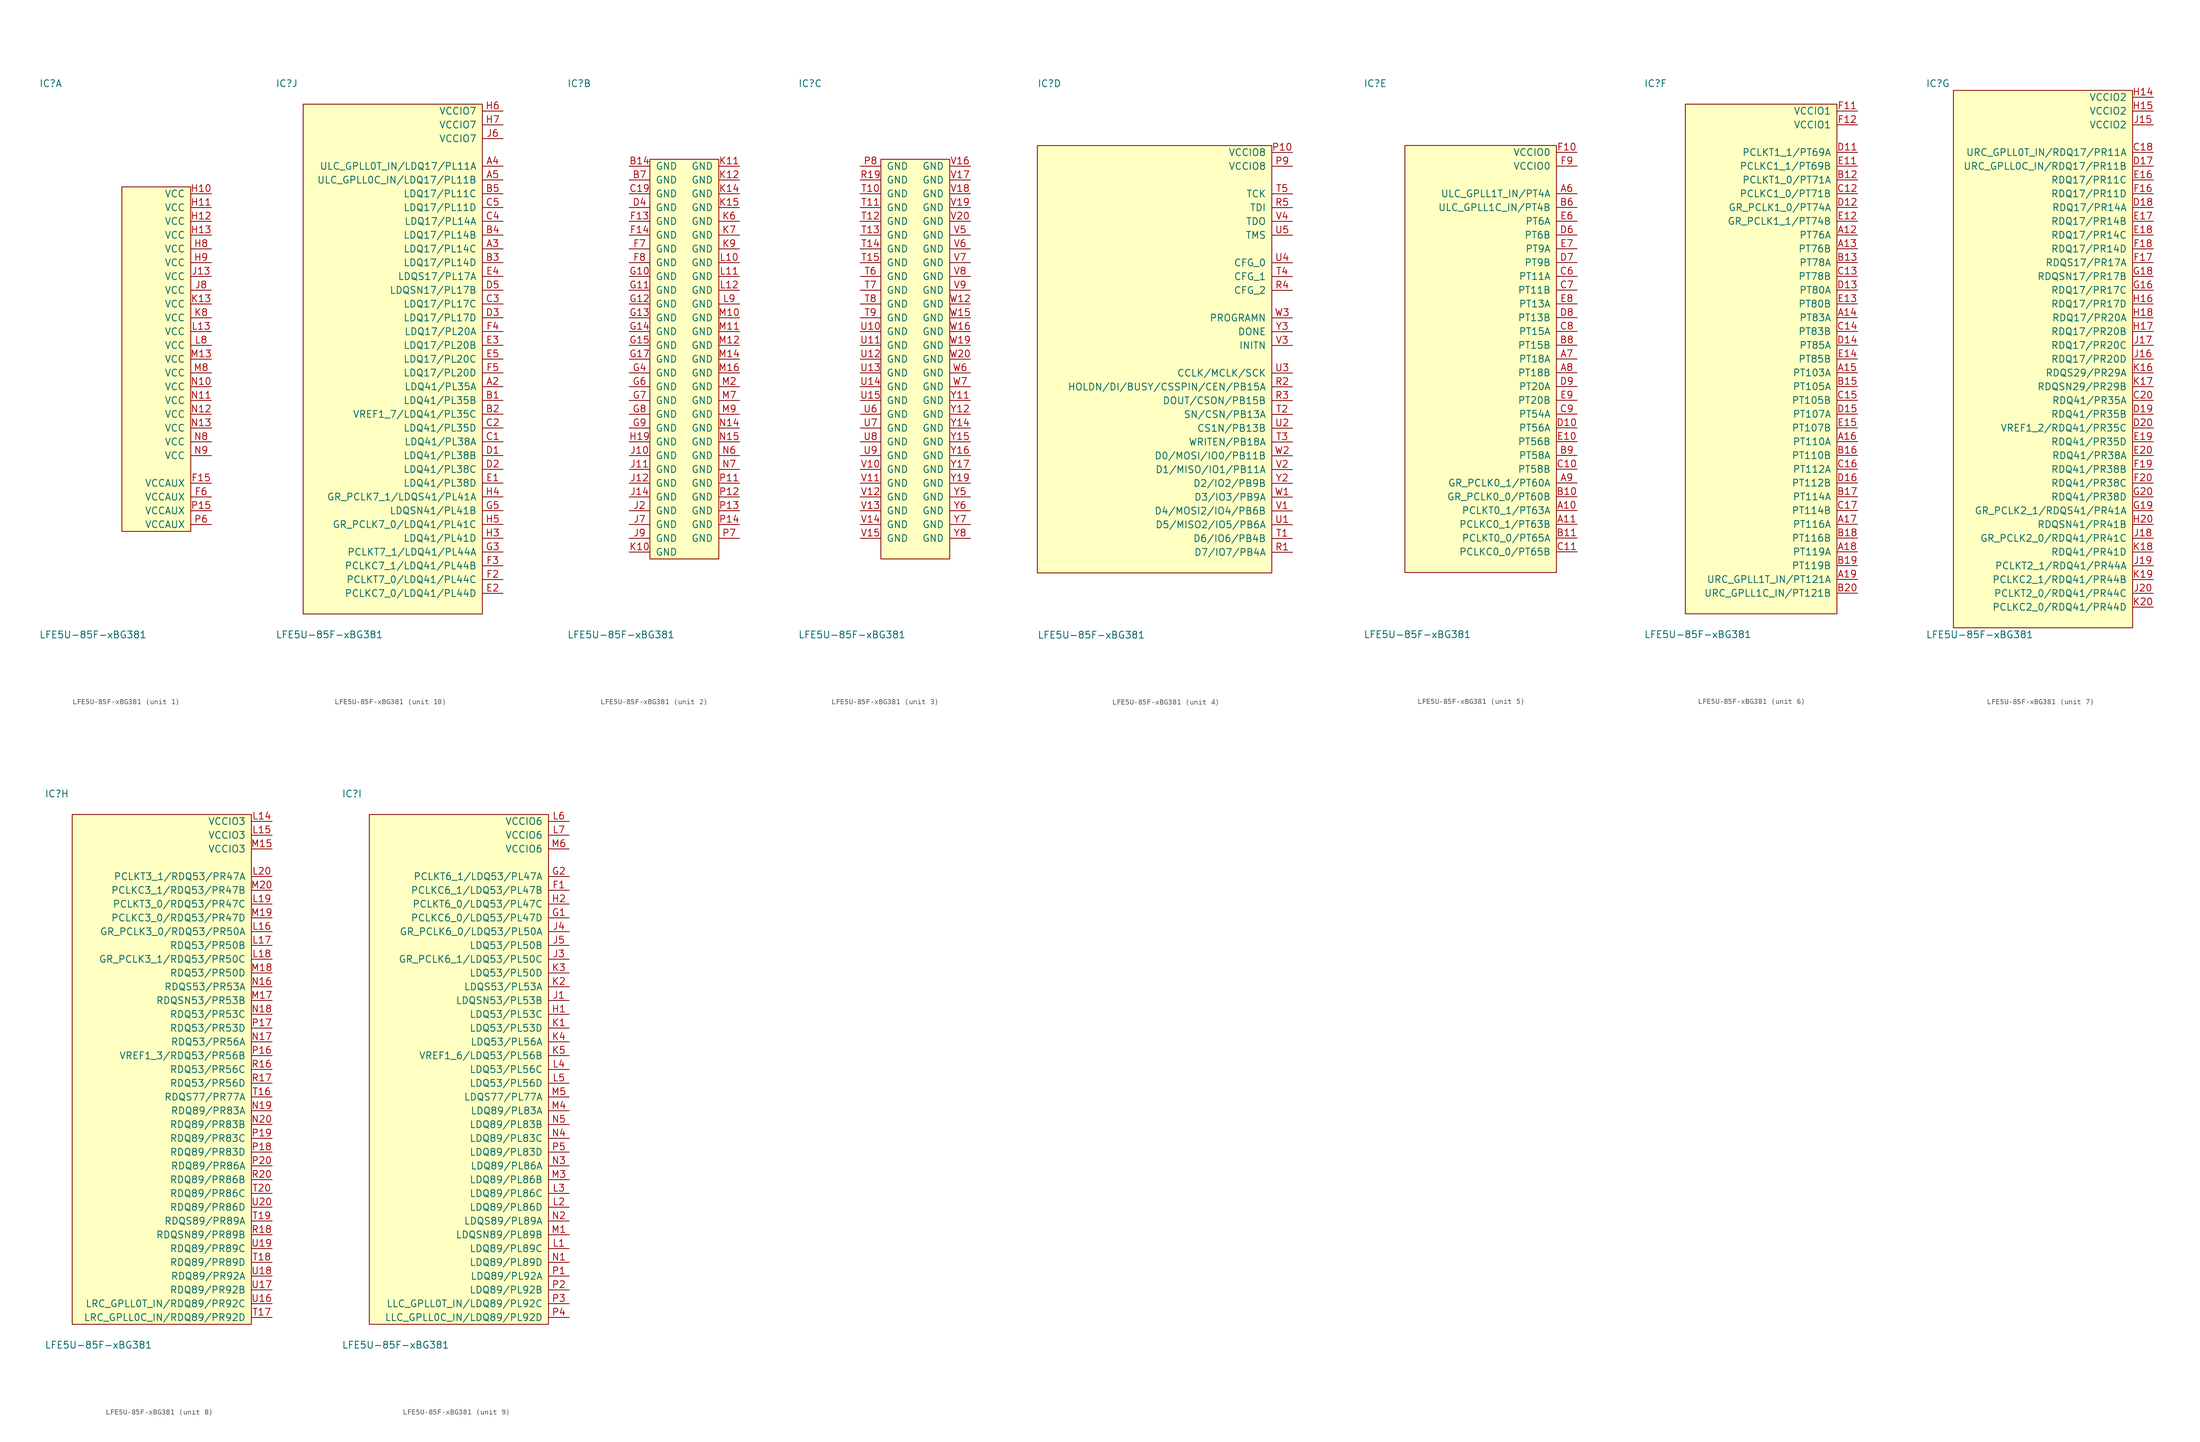
<source format=kicad_sym>
(kicad_symbol_lib
  (version 20211014)
  (generator agg_kicad.build_lib_ic)
  (symbol "LFE5U-85F-xBG381"
    (pin_names
      (offset 1.016))
    (property Reference IC
      (at -21.59 50.8 0)
      (effects (font (size 1.27 1.27)) (justify left)))
    (property Value "LFE5U-85F-xBG381"
      (at -21.59 -50.8 0)
      (effects (font (size 1.27 1.27)) (justify left)))
    (symbol "LFE5U-85F-xBG381_1_0"
      (rectangle (start -6.35 31.75) (end 6.35 -31.75) (stroke (width 0) (type default) (color 0 0 0 0)) (fill (type background)))
      (pin power_in line (at 10.16 30.48 180) (length 3.81) (name VCC (effects (font (size 1.27 1.27)))) (number "H10" (effects (font (size 1.27 1.27)))))
      (pin power_in line (at 10.16 27.94 180) (length 3.81) (name VCC (effects (font (size 1.27 1.27)))) (number "H11" (effects (font (size 1.27 1.27)))))
      (pin power_in line (at 10.16 25.4 180) (length 3.81) (name VCC (effects (font (size 1.27 1.27)))) (number "H12" (effects (font (size 1.27 1.27)))))
      (pin power_in line (at 10.16 22.86 180) (length 3.81) (name VCC (effects (font (size 1.27 1.27)))) (number "H13" (effects (font (size 1.27 1.27)))))
      (pin power_in line (at 10.16 20.32 180) (length 3.81) (name VCC (effects (font (size 1.27 1.27)))) (number "H8" (effects (font (size 1.27 1.27)))))
      (pin power_in line (at 10.16 17.78 180) (length 3.81) (name VCC (effects (font (size 1.27 1.27)))) (number "H9" (effects (font (size 1.27 1.27)))))
      (pin power_in line (at 10.16 15.24 180) (length 3.81) (name VCC (effects (font (size 1.27 1.27)))) (number "J13" (effects (font (size 1.27 1.27)))))
      (pin power_in line (at 10.16 12.7 180) (length 3.81) (name VCC (effects (font (size 1.27 1.27)))) (number "J8" (effects (font (size 1.27 1.27)))))
      (pin power_in line (at 10.16 10.16 180) (length 3.81) (name VCC (effects (font (size 1.27 1.27)))) (number "K13" (effects (font (size 1.27 1.27)))))
      (pin power_in line (at 10.16 7.62 180) (length 3.81) (name VCC (effects (font (size 1.27 1.27)))) (number "K8" (effects (font (size 1.27 1.27)))))
      (pin power_in line (at 10.16 5.08 180) (length 3.81) (name VCC (effects (font (size 1.27 1.27)))) (number "L13" (effects (font (size 1.27 1.27)))))
      (pin power_in line (at 10.16 2.54 180) (length 3.81) (name VCC (effects (font (size 1.27 1.27)))) (number "L8" (effects (font (size 1.27 1.27)))))
      (pin power_in line (at 10.16 0 180) (length 3.81) (name VCC (effects (font (size 1.27 1.27)))) (number "M13" (effects (font (size 1.27 1.27)))))
      (pin power_in line (at 10.16 -2.54 180) (length 3.81) (name VCC (effects (font (size 1.27 1.27)))) (number "M8" (effects (font (size 1.27 1.27)))))
      (pin power_in line (at 10.16 -5.08 180) (length 3.81) (name VCC (effects (font (size 1.27 1.27)))) (number "N10" (effects (font (size 1.27 1.27)))))
      (pin power_in line (at 10.16 -7.62 180) (length 3.81) (name VCC (effects (font (size 1.27 1.27)))) (number "N11" (effects (font (size 1.27 1.27)))))
      (pin power_in line (at 10.16 -10.16 180) (length 3.81) (name VCC (effects (font (size 1.27 1.27)))) (number "N12" (effects (font (size 1.27 1.27)))))
      (pin power_in line (at 10.16 -12.7 180) (length 3.81) (name VCC (effects (font (size 1.27 1.27)))) (number "N13" (effects (font (size 1.27 1.27)))))
      (pin power_in line (at 10.16 -15.24 180) (length 3.81) (name VCC (effects (font (size 1.27 1.27)))) (number "N8" (effects (font (size 1.27 1.27)))))
      (pin power_in line (at 10.16 -17.78 180) (length 3.81) (name VCC (effects (font (size 1.27 1.27)))) (number "N9" (effects (font (size 1.27 1.27)))))
      (pin power_in line (at 10.16 -22.86 180) (length 3.81) (name VCCAUX (effects (font (size 1.27 1.27)))) (number "F15" (effects (font (size 1.27 1.27)))))
      (pin power_in line (at 10.16 -25.4 180) (length 3.81) (name VCCAUX (effects (font (size 1.27 1.27)))) (number "F6" (effects (font (size 1.27 1.27)))))
      (pin power_in line (at 10.16 -27.94 180) (length 3.81) (name VCCAUX (effects (font (size 1.27 1.27)))) (number "P15" (effects (font (size 1.27 1.27)))))
      (pin power_in line (at 10.16 -30.48 180) (length 3.81) (name VCCAUX (effects (font (size 1.27 1.27)))) (number "P6" (effects (font (size 1.27 1.27))))))
    (symbol "LFE5U-85F-xBG381_2_0"
      (rectangle (start -6.35 36.83) (end 6.35 -36.83) (stroke (width 0) (type default) (color 0 0 0 0)) (fill (type background)))
      (pin power_in line (at -10.16 35.56 0) (length 3.81) (name GND (effects (font (size 1.27 1.27)))) (number "B14" (effects (font (size 1.27 1.27)))))
      (pin power_in line (at -10.16 33.02 0) (length 3.81) (name GND (effects (font (size 1.27 1.27)))) (number "B7" (effects (font (size 1.27 1.27)))))
      (pin power_in line (at -10.16 30.48 0) (length 3.81) (name GND (effects (font (size 1.27 1.27)))) (number "C19" (effects (font (size 1.27 1.27)))))
      (pin power_in line (at -10.16 27.94 0) (length 3.81) (name GND (effects (font (size 1.27 1.27)))) (number "D4" (effects (font (size 1.27 1.27)))))
      (pin power_in line (at -10.16 25.4 0) (length 3.81) (name GND (effects (font (size 1.27 1.27)))) (number "F13" (effects (font (size 1.27 1.27)))))
      (pin power_in line (at -10.16 22.86 0) (length 3.81) (name GND (effects (font (size 1.27 1.27)))) (number "F14" (effects (font (size 1.27 1.27)))))
      (pin power_in line (at -10.16 20.32 0) (length 3.81) (name GND (effects (font (size 1.27 1.27)))) (number "F7" (effects (font (size 1.27 1.27)))))
      (pin power_in line (at -10.16 17.78 0) (length 3.81) (name GND (effects (font (size 1.27 1.27)))) (number "F8" (effects (font (size 1.27 1.27)))))
      (pin power_in line (at -10.16 15.24 0) (length 3.81) (name GND (effects (font (size 1.27 1.27)))) (number "G10" (effects (font (size 1.27 1.27)))))
      (pin power_in line (at -10.16 12.7 0) (length 3.81) (name GND (effects (font (size 1.27 1.27)))) (number "G11" (effects (font (size 1.27 1.27)))))
      (pin power_in line (at -10.16 10.16 0) (length 3.81) (name GND (effects (font (size 1.27 1.27)))) (number "G12" (effects (font (size 1.27 1.27)))))
      (pin power_in line (at -10.16 7.62 0) (length 3.81) (name GND (effects (font (size 1.27 1.27)))) (number "G13" (effects (font (size 1.27 1.27)))))
      (pin power_in line (at -10.16 5.08 0) (length 3.81) (name GND (effects (font (size 1.27 1.27)))) (number "G14" (effects (font (size 1.27 1.27)))))
      (pin power_in line (at -10.16 2.54 0) (length 3.81) (name GND (effects (font (size 1.27 1.27)))) (number "G15" (effects (font (size 1.27 1.27)))))
      (pin power_in line (at -10.16 0 0) (length 3.81) (name GND (effects (font (size 1.27 1.27)))) (number "G17" (effects (font (size 1.27 1.27)))))
      (pin power_in line (at -10.16 -2.54 0) (length 3.81) (name GND (effects (font (size 1.27 1.27)))) (number "G4" (effects (font (size 1.27 1.27)))))
      (pin power_in line (at -10.16 -5.08 0) (length 3.81) (name GND (effects (font (size 1.27 1.27)))) (number "G6" (effects (font (size 1.27 1.27)))))
      (pin power_in line (at -10.16 -7.62 0) (length 3.81) (name GND (effects (font (size 1.27 1.27)))) (number "G7" (effects (font (size 1.27 1.27)))))
      (pin power_in line (at -10.16 -10.16 0) (length 3.81) (name GND (effects (font (size 1.27 1.27)))) (number "G8" (effects (font (size 1.27 1.27)))))
      (pin power_in line (at -10.16 -12.7 0) (length 3.81) (name GND (effects (font (size 1.27 1.27)))) (number "G9" (effects (font (size 1.27 1.27)))))
      (pin power_in line (at -10.16 -15.24 0) (length 3.81) (name GND (effects (font (size 1.27 1.27)))) (number "H19" (effects (font (size 1.27 1.27)))))
      (pin power_in line (at -10.16 -17.78 0) (length 3.81) (name GND (effects (font (size 1.27 1.27)))) (number "J10" (effects (font (size 1.27 1.27)))))
      (pin power_in line (at -10.16 -20.32 0) (length 3.81) (name GND (effects (font (size 1.27 1.27)))) (number "J11" (effects (font (size 1.27 1.27)))))
      (pin power_in line (at -10.16 -22.86 0) (length 3.81) (name GND (effects (font (size 1.27 1.27)))) (number "J12" (effects (font (size 1.27 1.27)))))
      (pin power_in line (at -10.16 -25.4 0) (length 3.81) (name GND (effects (font (size 1.27 1.27)))) (number "J14" (effects (font (size 1.27 1.27)))))
      (pin power_in line (at -10.16 -27.94 0) (length 3.81) (name GND (effects (font (size 1.27 1.27)))) (number "J2" (effects (font (size 1.27 1.27)))))
      (pin power_in line (at -10.16 -30.48 0) (length 3.81) (name GND (effects (font (size 1.27 1.27)))) (number "J7" (effects (font (size 1.27 1.27)))))
      (pin power_in line (at -10.16 -33.02 0) (length 3.81) (name GND (effects (font (size 1.27 1.27)))) (number "J9" (effects (font (size 1.27 1.27)))))
      (pin power_in line (at -10.16 -35.56 0) (length 3.81) (name GND (effects (font (size 1.27 1.27)))) (number "K10" (effects (font (size 1.27 1.27)))))
      (pin power_in line (at 10.16 35.56 180) (length 3.81) (name GND (effects (font (size 1.27 1.27)))) (number "K11" (effects (font (size 1.27 1.27)))))
      (pin power_in line (at 10.16 33.02 180) (length 3.81) (name GND (effects (font (size 1.27 1.27)))) (number "K12" (effects (font (size 1.27 1.27)))))
      (pin power_in line (at 10.16 30.48 180) (length 3.81) (name GND (effects (font (size 1.27 1.27)))) (number "K14" (effects (font (size 1.27 1.27)))))
      (pin power_in line (at 10.16 27.94 180) (length 3.81) (name GND (effects (font (size 1.27 1.27)))) (number "K15" (effects (font (size 1.27 1.27)))))
      (pin power_in line (at 10.16 25.4 180) (length 3.81) (name GND (effects (font (size 1.27 1.27)))) (number "K6" (effects (font (size 1.27 1.27)))))
      (pin power_in line (at 10.16 22.86 180) (length 3.81) (name GND (effects (font (size 1.27 1.27)))) (number "K7" (effects (font (size 1.27 1.27)))))
      (pin power_in line (at 10.16 20.32 180) (length 3.81) (name GND (effects (font (size 1.27 1.27)))) (number "K9" (effects (font (size 1.27 1.27)))))
      (pin power_in line (at 10.16 17.78 180) (length 3.81) (name GND (effects (font (size 1.27 1.27)))) (number "L10" (effects (font (size 1.27 1.27)))))
      (pin power_in line (at 10.16 15.24 180) (length 3.81) (name GND (effects (font (size 1.27 1.27)))) (number "L11" (effects (font (size 1.27 1.27)))))
      (pin power_in line (at 10.16 12.7 180) (length 3.81) (name GND (effects (font (size 1.27 1.27)))) (number "L12" (effects (font (size 1.27 1.27)))))
      (pin power_in line (at 10.16 10.16 180) (length 3.81) (name GND (effects (font (size 1.27 1.27)))) (number "L9" (effects (font (size 1.27 1.27)))))
      (pin power_in line (at 10.16 7.62 180) (length 3.81) (name GND (effects (font (size 1.27 1.27)))) (number "M10" (effects (font (size 1.27 1.27)))))
      (pin power_in line (at 10.16 5.08 180) (length 3.81) (name GND (effects (font (size 1.27 1.27)))) (number "M11" (effects (font (size 1.27 1.27)))))
      (pin power_in line (at 10.16 2.54 180) (length 3.81) (name GND (effects (font (size 1.27 1.27)))) (number "M12" (effects (font (size 1.27 1.27)))))
      (pin power_in line (at 10.16 0 180) (length 3.81) (name GND (effects (font (size 1.27 1.27)))) (number "M14" (effects (font (size 1.27 1.27)))))
      (pin power_in line (at 10.16 -2.54 180) (length 3.81) (name GND (effects (font (size 1.27 1.27)))) (number "M16" (effects (font (size 1.27 1.27)))))
      (pin power_in line (at 10.16 -5.08 180) (length 3.81) (name GND (effects (font (size 1.27 1.27)))) (number "M2" (effects (font (size 1.27 1.27)))))
      (pin power_in line (at 10.16 -7.62 180) (length 3.81) (name GND (effects (font (size 1.27 1.27)))) (number "M7" (effects (font (size 1.27 1.27)))))
      (pin power_in line (at 10.16 -10.16 180) (length 3.81) (name GND (effects (font (size 1.27 1.27)))) (number "M9" (effects (font (size 1.27 1.27)))))
      (pin power_in line (at 10.16 -12.7 180) (length 3.81) (name GND (effects (font (size 1.27 1.27)))) (number "N14" (effects (font (size 1.27 1.27)))))
      (pin power_in line (at 10.16 -15.24 180) (length 3.81) (name GND (effects (font (size 1.27 1.27)))) (number "N15" (effects (font (size 1.27 1.27)))))
      (pin power_in line (at 10.16 -17.78 180) (length 3.81) (name GND (effects (font (size 1.27 1.27)))) (number "N6" (effects (font (size 1.27 1.27)))))
      (pin power_in line (at 10.16 -20.32 180) (length 3.81) (name GND (effects (font (size 1.27 1.27)))) (number "N7" (effects (font (size 1.27 1.27)))))
      (pin power_in line (at 10.16 -22.86 180) (length 3.81) (name GND (effects (font (size 1.27 1.27)))) (number "P11" (effects (font (size 1.27 1.27)))))
      (pin power_in line (at 10.16 -25.4 180) (length 3.81) (name GND (effects (font (size 1.27 1.27)))) (number "P12" (effects (font (size 1.27 1.27)))))
      (pin power_in line (at 10.16 -27.94 180) (length 3.81) (name GND (effects (font (size 1.27 1.27)))) (number "P13" (effects (font (size 1.27 1.27)))))
      (pin power_in line (at 10.16 -30.48 180) (length 3.81) (name GND (effects (font (size 1.27 1.27)))) (number "P14" (effects (font (size 1.27 1.27)))))
      (pin power_in line (at 10.16 -33.02 180) (length 3.81) (name GND (effects (font (size 1.27 1.27)))) (number "P7" (effects (font (size 1.27 1.27))))))
    (symbol "LFE5U-85F-xBG381_3_0"
      (rectangle (start -6.35 36.83) (end 6.35 -36.83) (stroke (width 0) (type default) (color 0 0 0 0)) (fill (type background)))
      (pin power_in line (at -10.16 35.56 0) (length 3.81) (name GND (effects (font (size 1.27 1.27)))) (number "P8" (effects (font (size 1.27 1.27)))))
      (pin power_in line (at -10.16 33.02 0) (length 3.81) (name GND (effects (font (size 1.27 1.27)))) (number "R19" (effects (font (size 1.27 1.27)))))
      (pin power_in line (at -10.16 30.48 0) (length 3.81) (name GND (effects (font (size 1.27 1.27)))) (number "T10" (effects (font (size 1.27 1.27)))))
      (pin power_in line (at -10.16 27.94 0) (length 3.81) (name GND (effects (font (size 1.27 1.27)))) (number "T11" (effects (font (size 1.27 1.27)))))
      (pin power_in line (at -10.16 25.4 0) (length 3.81) (name GND (effects (font (size 1.27 1.27)))) (number "T12" (effects (font (size 1.27 1.27)))))
      (pin power_in line (at -10.16 22.86 0) (length 3.81) (name GND (effects (font (size 1.27 1.27)))) (number "T13" (effects (font (size 1.27 1.27)))))
      (pin power_in line (at -10.16 20.32 0) (length 3.81) (name GND (effects (font (size 1.27 1.27)))) (number "T14" (effects (font (size 1.27 1.27)))))
      (pin power_in line (at -10.16 17.78 0) (length 3.81) (name GND (effects (font (size 1.27 1.27)))) (number "T15" (effects (font (size 1.27 1.27)))))
      (pin power_in line (at -10.16 15.24 0) (length 3.81) (name GND (effects (font (size 1.27 1.27)))) (number "T6" (effects (font (size 1.27 1.27)))))
      (pin power_in line (at -10.16 12.7 0) (length 3.81) (name GND (effects (font (size 1.27 1.27)))) (number "T7" (effects (font (size 1.27 1.27)))))
      (pin power_in line (at -10.16 10.16 0) (length 3.81) (name GND (effects (font (size 1.27 1.27)))) (number "T8" (effects (font (size 1.27 1.27)))))
      (pin power_in line (at -10.16 7.62 0) (length 3.81) (name GND (effects (font (size 1.27 1.27)))) (number "T9" (effects (font (size 1.27 1.27)))))
      (pin power_in line (at -10.16 5.08 0) (length 3.81) (name GND (effects (font (size 1.27 1.27)))) (number "U10" (effects (font (size 1.27 1.27)))))
      (pin power_in line (at -10.16 2.54 0) (length 3.81) (name GND (effects (font (size 1.27 1.27)))) (number "U11" (effects (font (size 1.27 1.27)))))
      (pin power_in line (at -10.16 0 0) (length 3.81) (name GND (effects (font (size 1.27 1.27)))) (number "U12" (effects (font (size 1.27 1.27)))))
      (pin power_in line (at -10.16 -2.54 0) (length 3.81) (name GND (effects (font (size 1.27 1.27)))) (number "U13" (effects (font (size 1.27 1.27)))))
      (pin power_in line (at -10.16 -5.08 0) (length 3.81) (name GND (effects (font (size 1.27 1.27)))) (number "U14" (effects (font (size 1.27 1.27)))))
      (pin power_in line (at -10.16 -7.62 0) (length 3.81) (name GND (effects (font (size 1.27 1.27)))) (number "U15" (effects (font (size 1.27 1.27)))))
      (pin power_in line (at -10.16 -10.16 0) (length 3.81) (name GND (effects (font (size 1.27 1.27)))) (number "U6" (effects (font (size 1.27 1.27)))))
      (pin power_in line (at -10.16 -12.7 0) (length 3.81) (name GND (effects (font (size 1.27 1.27)))) (number "U7" (effects (font (size 1.27 1.27)))))
      (pin power_in line (at -10.16 -15.24 0) (length 3.81) (name GND (effects (font (size 1.27 1.27)))) (number "U8" (effects (font (size 1.27 1.27)))))
      (pin power_in line (at -10.16 -17.78 0) (length 3.81) (name GND (effects (font (size 1.27 1.27)))) (number "U9" (effects (font (size 1.27 1.27)))))
      (pin power_in line (at -10.16 -20.32 0) (length 3.81) (name GND (effects (font (size 1.27 1.27)))) (number "V10" (effects (font (size 1.27 1.27)))))
      (pin power_in line (at -10.16 -22.86 0) (length 3.81) (name GND (effects (font (size 1.27 1.27)))) (number "V11" (effects (font (size 1.27 1.27)))))
      (pin power_in line (at -10.16 -25.4 0) (length 3.81) (name GND (effects (font (size 1.27 1.27)))) (number "V12" (effects (font (size 1.27 1.27)))))
      (pin power_in line (at -10.16 -27.94 0) (length 3.81) (name GND (effects (font (size 1.27 1.27)))) (number "V13" (effects (font (size 1.27 1.27)))))
      (pin power_in line (at -10.16 -30.48 0) (length 3.81) (name GND (effects (font (size 1.27 1.27)))) (number "V14" (effects (font (size 1.27 1.27)))))
      (pin power_in line (at -10.16 -33.02 0) (length 3.81) (name GND (effects (font (size 1.27 1.27)))) (number "V15" (effects (font (size 1.27 1.27)))))
      (pin power_in line (at 10.16 35.56 180) (length 3.81) (name GND (effects (font (size 1.27 1.27)))) (number "V16" (effects (font (size 1.27 1.27)))))
      (pin power_in line (at 10.16 33.02 180) (length 3.81) (name GND (effects (font (size 1.27 1.27)))) (number "V17" (effects (font (size 1.27 1.27)))))
      (pin power_in line (at 10.16 30.48 180) (length 3.81) (name GND (effects (font (size 1.27 1.27)))) (number "V18" (effects (font (size 1.27 1.27)))))
      (pin power_in line (at 10.16 27.94 180) (length 3.81) (name GND (effects (font (size 1.27 1.27)))) (number "V19" (effects (font (size 1.27 1.27)))))
      (pin power_in line (at 10.16 25.4 180) (length 3.81) (name GND (effects (font (size 1.27 1.27)))) (number "V20" (effects (font (size 1.27 1.27)))))
      (pin power_in line (at 10.16 22.86 180) (length 3.81) (name GND (effects (font (size 1.27 1.27)))) (number "V5" (effects (font (size 1.27 1.27)))))
      (pin power_in line (at 10.16 20.32 180) (length 3.81) (name GND (effects (font (size 1.27 1.27)))) (number "V6" (effects (font (size 1.27 1.27)))))
      (pin power_in line (at 10.16 17.78 180) (length 3.81) (name GND (effects (font (size 1.27 1.27)))) (number "V7" (effects (font (size 1.27 1.27)))))
      (pin power_in line (at 10.16 15.24 180) (length 3.81) (name GND (effects (font (size 1.27 1.27)))) (number "V8" (effects (font (size 1.27 1.27)))))
      (pin power_in line (at 10.16 12.7 180) (length 3.81) (name GND (effects (font (size 1.27 1.27)))) (number "V9" (effects (font (size 1.27 1.27)))))
      (pin power_in line (at 10.16 10.16 180) (length 3.81) (name GND (effects (font (size 1.27 1.27)))) (number "W12" (effects (font (size 1.27 1.27)))))
      (pin power_in line (at 10.16 7.62 180) (length 3.81) (name GND (effects (font (size 1.27 1.27)))) (number "W15" (effects (font (size 1.27 1.27)))))
      (pin power_in line (at 10.16 5.08 180) (length 3.81) (name GND (effects (font (size 1.27 1.27)))) (number "W16" (effects (font (size 1.27 1.27)))))
      (pin power_in line (at 10.16 2.54 180) (length 3.81) (name GND (effects (font (size 1.27 1.27)))) (number "W19" (effects (font (size 1.27 1.27)))))
      (pin power_in line (at 10.16 0 180) (length 3.81) (name GND (effects (font (size 1.27 1.27)))) (number "W20" (effects (font (size 1.27 1.27)))))
      (pin power_in line (at 10.16 -2.54 180) (length 3.81) (name GND (effects (font (size 1.27 1.27)))) (number "W6" (effects (font (size 1.27 1.27)))))
      (pin power_in line (at 10.16 -5.08 180) (length 3.81) (name GND (effects (font (size 1.27 1.27)))) (number "W7" (effects (font (size 1.27 1.27)))))
      (pin power_in line (at 10.16 -7.62 180) (length 3.81) (name GND (effects (font (size 1.27 1.27)))) (number "Y11" (effects (font (size 1.27 1.27)))))
      (pin power_in line (at 10.16 -10.16 180) (length 3.81) (name GND (effects (font (size 1.27 1.27)))) (number "Y12" (effects (font (size 1.27 1.27)))))
      (pin power_in line (at 10.16 -12.7 180) (length 3.81) (name GND (effects (font (size 1.27 1.27)))) (number "Y14" (effects (font (size 1.27 1.27)))))
      (pin power_in line (at 10.16 -15.24 180) (length 3.81) (name GND (effects (font (size 1.27 1.27)))) (number "Y15" (effects (font (size 1.27 1.27)))))
      (pin power_in line (at 10.16 -17.78 180) (length 3.81) (name GND (effects (font (size 1.27 1.27)))) (number "Y16" (effects (font (size 1.27 1.27)))))
      (pin power_in line (at 10.16 -20.32 180) (length 3.81) (name GND (effects (font (size 1.27 1.27)))) (number "Y17" (effects (font (size 1.27 1.27)))))
      (pin power_in line (at 10.16 -22.86 180) (length 3.81) (name GND (effects (font (size 1.27 1.27)))) (number "Y19" (effects (font (size 1.27 1.27)))))
      (pin power_in line (at 10.16 -25.4 180) (length 3.81) (name GND (effects (font (size 1.27 1.27)))) (number "Y5" (effects (font (size 1.27 1.27)))))
      (pin power_in line (at 10.16 -27.94 180) (length 3.81) (name GND (effects (font (size 1.27 1.27)))) (number "Y6" (effects (font (size 1.27 1.27)))))
      (pin power_in line (at 10.16 -30.48 180) (length 3.81) (name GND (effects (font (size 1.27 1.27)))) (number "Y7" (effects (font (size 1.27 1.27)))))
      (pin power_in line (at 10.16 -33.02 180) (length 3.81) (name GND (effects (font (size 1.27 1.27)))) (number "Y8" (effects (font (size 1.27 1.27))))))
    (symbol "LFE5U-85F-xBG381_4_0"
      (rectangle (start -21.59 39.37) (end 21.59 -39.37) (stroke (width 0) (type default) (color 0 0 0 0)) (fill (type background)))
      (pin power_in line (at 25.4 38.1 180) (length 3.81) (name "VCCIO8" (effects (font (size 1.27 1.27)))) (number "P10" (effects (font (size 1.27 1.27)))))
      (pin power_in line (at 25.4 35.56 180) (length 3.81) (name "VCCIO8" (effects (font (size 1.27 1.27)))) (number "P9" (effects (font (size 1.27 1.27)))))
      (pin input line (at 25.4 30.48 180) (length 3.81) (name TCK (effects (font (size 1.27 1.27)))) (number "T5" (effects (font (size 1.27 1.27)))))
      (pin input line (at 25.4 27.94 180) (length 3.81) (name TDI (effects (font (size 1.27 1.27)))) (number "R5" (effects (font (size 1.27 1.27)))))
      (pin output line (at 25.4 25.4 180) (length 3.81) (name TDO (effects (font (size 1.27 1.27)))) (number "V4" (effects (font (size 1.27 1.27)))))
      (pin input line (at 25.4 22.86 180) (length 3.81) (name TMS (effects (font (size 1.27 1.27)))) (number "U5" (effects (font (size 1.27 1.27)))))
      (pin input line (at 25.4 17.78 180) (length 3.81) (name "CFG_0" (effects (font (size 1.27 1.27)))) (number "U4" (effects (font (size 1.27 1.27)))))
      (pin input line (at 25.4 15.24 180) (length 3.81) (name "CFG_1" (effects (font (size 1.27 1.27)))) (number "T4" (effects (font (size 1.27 1.27)))))
      (pin input line (at 25.4 12.7 180) (length 3.81) (name "CFG_2" (effects (font (size 1.27 1.27)))) (number "R4" (effects (font (size 1.27 1.27)))))
      (pin input line (at 25.4 7.62 180) (length 3.81) (name PROGRAMN (effects (font (size 1.27 1.27)))) (number "W3" (effects (font (size 1.27 1.27)))))
      (pin open_collector line (at 25.4 5.08 180) (length 3.81) (name DONE (effects (font (size 1.27 1.27)))) (number "Y3" (effects (font (size 1.27 1.27)))))
      (pin open_collector line (at 25.4 2.54 180) (length 3.81) (name INITN (effects (font (size 1.27 1.27)))) (number "V3" (effects (font (size 1.27 1.27)))))
      (pin bidirectional line (at 25.4 -2.54 180) (length 3.81) (name "CCLK/MCLK/SCK" (effects (font (size 1.27 1.27)))) (number "U3" (effects (font (size 1.27 1.27)))))
      (pin bidirectional line (at 25.4 -5.08 180) (length 3.81) (name "HOLDN/DI/BUSY/CSSPIN/CEN/PB15A" (effects (font (size 1.27 1.27)))) (number "R2" (effects (font (size 1.27 1.27)))))
      (pin bidirectional line (at 25.4 -7.62 180) (length 3.81) (name "DOUT/CSON/PB15B" (effects (font (size 1.27 1.27)))) (number "R3" (effects (font (size 1.27 1.27)))))
      (pin bidirectional line (at 25.4 -10.16 180) (length 3.81) (name "SN/CSN/PB13A" (effects (font (size 1.27 1.27)))) (number "T2" (effects (font (size 1.27 1.27)))))
      (pin bidirectional line (at 25.4 -12.7 180) (length 3.81) (name "CS1N/PB13B" (effects (font (size 1.27 1.27)))) (number "U2" (effects (font (size 1.27 1.27)))))
      (pin bidirectional line (at 25.4 -15.24 180) (length 3.81) (name "WRITEN/PB18A" (effects (font (size 1.27 1.27)))) (number "T3" (effects (font (size 1.27 1.27)))))
      (pin bidirectional line (at 25.4 -17.78 180) (length 3.81) (name "D0/MOSI/IO0/PB11B" (effects (font (size 1.27 1.27)))) (number "W2" (effects (font (size 1.27 1.27)))))
      (pin bidirectional line (at 25.4 -20.32 180) (length 3.81) (name "D1/MISO/IO1/PB11A" (effects (font (size 1.27 1.27)))) (number "V2" (effects (font (size 1.27 1.27)))))
      (pin bidirectional line (at 25.4 -22.86 180) (length 3.81) (name "D2/IO2/PB9B" (effects (font (size 1.27 1.27)))) (number "Y2" (effects (font (size 1.27 1.27)))))
      (pin bidirectional line (at 25.4 -25.4 180) (length 3.81) (name "D3/IO3/PB9A" (effects (font (size 1.27 1.27)))) (number "W1" (effects (font (size 1.27 1.27)))))
      (pin bidirectional line (at 25.4 -27.94 180) (length 3.81) (name "D4/MOSI2/IO4/PB6B" (effects (font (size 1.27 1.27)))) (number "V1" (effects (font (size 1.27 1.27)))))
      (pin bidirectional line (at 25.4 -30.48 180) (length 3.81) (name "D5/MISO2/IO5/PB6A" (effects (font (size 1.27 1.27)))) (number "U1" (effects (font (size 1.27 1.27)))))
      (pin bidirectional line (at 25.4 -33.02 180) (length 3.81) (name "D6/IO6/PB4B" (effects (font (size 1.27 1.27)))) (number "T1" (effects (font (size 1.27 1.27)))))
      (pin bidirectional line (at 25.4 -35.56 180) (length 3.81) (name "D7/IO7/PB4A" (effects (font (size 1.27 1.27)))) (number "R1" (effects (font (size 1.27 1.27))))))
    (symbol "LFE5U-85F-xBG381_5_0"
      (rectangle (start -13.97 39.37) (end 13.97 -39.37) (stroke (width 0) (type default) (color 0 0 0 0)) (fill (type background)))
      (pin power_in line (at 17.78 38.1 180) (length 3.81) (name "VCCIO0" (effects (font (size 1.27 1.27)))) (number "F10" (effects (font (size 1.27 1.27)))))
      (pin power_in line (at 17.78 35.56 180) (length 3.81) (name "VCCIO0" (effects (font (size 1.27 1.27)))) (number "F9" (effects (font (size 1.27 1.27)))))
      (pin bidirectional line (at 17.78 30.48 180) (length 3.81) (name "ULC_GPLL1T_IN/PT4A" (effects (font (size 1.27 1.27)))) (number "A6" (effects (font (size 1.27 1.27)))))
      (pin bidirectional line (at 17.78 27.94 180) (length 3.81) (name "ULC_GPLL1C_IN/PT4B" (effects (font (size 1.27 1.27)))) (number "B6" (effects (font (size 1.27 1.27)))))
      (pin bidirectional line (at 17.78 25.4 180) (length 3.81) (name "PT6A" (effects (font (size 1.27 1.27)))) (number "E6" (effects (font (size 1.27 1.27)))))
      (pin bidirectional line (at 17.78 22.86 180) (length 3.81) (name "PT6B" (effects (font (size 1.27 1.27)))) (number "D6" (effects (font (size 1.27 1.27)))))
      (pin bidirectional line (at 17.78 20.32 180) (length 3.81) (name "PT9A" (effects (font (size 1.27 1.27)))) (number "E7" (effects (font (size 1.27 1.27)))))
      (pin bidirectional line (at 17.78 17.78 180) (length 3.81) (name "PT9B" (effects (font (size 1.27 1.27)))) (number "D7" (effects (font (size 1.27 1.27)))))
      (pin bidirectional line (at 17.78 15.24 180) (length 3.81) (name "PT11A" (effects (font (size 1.27 1.27)))) (number "C6" (effects (font (size 1.27 1.27)))))
      (pin bidirectional line (at 17.78 12.7 180) (length 3.81) (name "PT11B" (effects (font (size 1.27 1.27)))) (number "C7" (effects (font (size 1.27 1.27)))))
      (pin bidirectional line (at 17.78 10.16 180) (length 3.81) (name "PT13A" (effects (font (size 1.27 1.27)))) (number "E8" (effects (font (size 1.27 1.27)))))
      (pin bidirectional line (at 17.78 7.62 180) (length 3.81) (name "PT13B" (effects (font (size 1.27 1.27)))) (number "D8" (effects (font (size 1.27 1.27)))))
      (pin bidirectional line (at 17.78 5.08 180) (length 3.81) (name "PT15A" (effects (font (size 1.27 1.27)))) (number "C8" (effects (font (size 1.27 1.27)))))
      (pin bidirectional line (at 17.78 2.54 180) (length 3.81) (name "PT15B" (effects (font (size 1.27 1.27)))) (number "B8" (effects (font (size 1.27 1.27)))))
      (pin bidirectional line (at 17.78 0 180) (length 3.81) (name "PT18A" (effects (font (size 1.27 1.27)))) (number "A7" (effects (font (size 1.27 1.27)))))
      (pin bidirectional line (at 17.78 -2.54 180) (length 3.81) (name "PT18B" (effects (font (size 1.27 1.27)))) (number "A8" (effects (font (size 1.27 1.27)))))
      (pin bidirectional line (at 17.78 -5.08 180) (length 3.81) (name "PT20A" (effects (font (size 1.27 1.27)))) (number "D9" (effects (font (size 1.27 1.27)))))
      (pin bidirectional line (at 17.78 -7.62 180) (length 3.81) (name "PT20B" (effects (font (size 1.27 1.27)))) (number "E9" (effects (font (size 1.27 1.27)))))
      (pin bidirectional line (at 17.78 -10.16 180) (length 3.81) (name "PT54A" (effects (font (size 1.27 1.27)))) (number "C9" (effects (font (size 1.27 1.27)))))
      (pin bidirectional line (at 17.78 -12.7 180) (length 3.81) (name "PT56A" (effects (font (size 1.27 1.27)))) (number "D10" (effects (font (size 1.27 1.27)))))
      (pin bidirectional line (at 17.78 -15.24 180) (length 3.81) (name "PT56B" (effects (font (size 1.27 1.27)))) (number "E10" (effects (font (size 1.27 1.27)))))
      (pin bidirectional line (at 17.78 -17.78 180) (length 3.81) (name "PT58A" (effects (font (size 1.27 1.27)))) (number "B9" (effects (font (size 1.27 1.27)))))
      (pin bidirectional line (at 17.78 -20.32 180) (length 3.81) (name "PT58B" (effects (font (size 1.27 1.27)))) (number "C10" (effects (font (size 1.27 1.27)))))
      (pin bidirectional line (at 17.78 -22.86 180) (length 3.81) (name "GR_PCLK0_1/PT60A" (effects (font (size 1.27 1.27)))) (number "A9" (effects (font (size 1.27 1.27)))))
      (pin bidirectional line (at 17.78 -25.4 180) (length 3.81) (name "GR_PCLK0_0/PT60B" (effects (font (size 1.27 1.27)))) (number "B10" (effects (font (size 1.27 1.27)))))
      (pin bidirectional line (at 17.78 -27.94 180) (length 3.81) (name "PCLKT0_1/PT63A" (effects (font (size 1.27 1.27)))) (number "A10" (effects (font (size 1.27 1.27)))))
      (pin bidirectional line (at 17.78 -30.48 180) (length 3.81) (name "PCLKC0_1/PT63B" (effects (font (size 1.27 1.27)))) (number "A11" (effects (font (size 1.27 1.27)))))
      (pin bidirectional line (at 17.78 -33.02 180) (length 3.81) (name "PCLKT0_0/PT65A" (effects (font (size 1.27 1.27)))) (number "B11" (effects (font (size 1.27 1.27)))))
      (pin bidirectional line (at 17.78 -35.56 180) (length 3.81) (name "PCLKC0_0/PT65B" (effects (font (size 1.27 1.27)))) (number "C11" (effects (font (size 1.27 1.27))))))
    (symbol "LFE5U-85F-xBG381_6_0"
      (rectangle (start -13.97 46.99) (end 13.97 -46.99) (stroke (width 0) (type default) (color 0 0 0 0)) (fill (type background)))
      (pin power_in line (at 17.78 45.72 180) (length 3.81) (name "VCCIO1" (effects (font (size 1.27 1.27)))) (number "F11" (effects (font (size 1.27 1.27)))))
      (pin power_in line (at 17.78 43.18 180) (length 3.81) (name "VCCIO1" (effects (font (size 1.27 1.27)))) (number "F12" (effects (font (size 1.27 1.27)))))
      (pin bidirectional line (at 17.78 38.1 180) (length 3.81) (name "PCLKT1_1/PT69A" (effects (font (size 1.27 1.27)))) (number "D11" (effects (font (size 1.27 1.27)))))
      (pin bidirectional line (at 17.78 35.56 180) (length 3.81) (name "PCLKC1_1/PT69B" (effects (font (size 1.27 1.27)))) (number "E11" (effects (font (size 1.27 1.27)))))
      (pin bidirectional line (at 17.78 33.02 180) (length 3.81) (name "PCLKT1_0/PT71A" (effects (font (size 1.27 1.27)))) (number "B12" (effects (font (size 1.27 1.27)))))
      (pin bidirectional line (at 17.78 30.48 180) (length 3.81) (name "PCLKC1_0/PT71B" (effects (font (size 1.27 1.27)))) (number "C12" (effects (font (size 1.27 1.27)))))
      (pin bidirectional line (at 17.78 27.94 180) (length 3.81) (name "GR_PCLK1_0/PT74A" (effects (font (size 1.27 1.27)))) (number "D12" (effects (font (size 1.27 1.27)))))
      (pin bidirectional line (at 17.78 25.4 180) (length 3.81) (name "GR_PCLK1_1/PT74B" (effects (font (size 1.27 1.27)))) (number "E12" (effects (font (size 1.27 1.27)))))
      (pin bidirectional line (at 17.78 22.86 180) (length 3.81) (name "PT76A" (effects (font (size 1.27 1.27)))) (number "A12" (effects (font (size 1.27 1.27)))))
      (pin bidirectional line (at 17.78 20.32 180) (length 3.81) (name "PT76B" (effects (font (size 1.27 1.27)))) (number "A13" (effects (font (size 1.27 1.27)))))
      (pin bidirectional line (at 17.78 17.78 180) (length 3.81) (name "PT78A" (effects (font (size 1.27 1.27)))) (number "B13" (effects (font (size 1.27 1.27)))))
      (pin bidirectional line (at 17.78 15.24 180) (length 3.81) (name "PT78B" (effects (font (size 1.27 1.27)))) (number "C13" (effects (font (size 1.27 1.27)))))
      (pin bidirectional line (at 17.78 12.7 180) (length 3.81) (name "PT80A" (effects (font (size 1.27 1.27)))) (number "D13" (effects (font (size 1.27 1.27)))))
      (pin bidirectional line (at 17.78 10.16 180) (length 3.81) (name "PT80B" (effects (font (size 1.27 1.27)))) (number "E13" (effects (font (size 1.27 1.27)))))
      (pin bidirectional line (at 17.78 7.62 180) (length 3.81) (name "PT83A" (effects (font (size 1.27 1.27)))) (number "A14" (effects (font (size 1.27 1.27)))))
      (pin bidirectional line (at 17.78 5.08 180) (length 3.81) (name "PT83B" (effects (font (size 1.27 1.27)))) (number "C14" (effects (font (size 1.27 1.27)))))
      (pin bidirectional line (at 17.78 2.54 180) (length 3.81) (name "PT85A" (effects (font (size 1.27 1.27)))) (number "D14" (effects (font (size 1.27 1.27)))))
      (pin bidirectional line (at 17.78 0 180) (length 3.81) (name "PT85B" (effects (font (size 1.27 1.27)))) (number "E14" (effects (font (size 1.27 1.27)))))
      (pin bidirectional line (at 17.78 -2.54 180) (length 3.81) (name "PT103A" (effects (font (size 1.27 1.27)))) (number "A15" (effects (font (size 1.27 1.27)))))
      (pin bidirectional line (at 17.78 -5.08 180) (length 3.81) (name "PT105A" (effects (font (size 1.27 1.27)))) (number "B15" (effects (font (size 1.27 1.27)))))
      (pin bidirectional line (at 17.78 -7.62 180) (length 3.81) (name "PT105B" (effects (font (size 1.27 1.27)))) (number "C15" (effects (font (size 1.27 1.27)))))
      (pin bidirectional line (at 17.78 -10.16 180) (length 3.81) (name "PT107A" (effects (font (size 1.27 1.27)))) (number "D15" (effects (font (size 1.27 1.27)))))
      (pin bidirectional line (at 17.78 -12.7 180) (length 3.81) (name "PT107B" (effects (font (size 1.27 1.27)))) (number "E15" (effects (font (size 1.27 1.27)))))
      (pin bidirectional line (at 17.78 -15.24 180) (length 3.81) (name "PT110A" (effects (font (size 1.27 1.27)))) (number "A16" (effects (font (size 1.27 1.27)))))
      (pin bidirectional line (at 17.78 -17.78 180) (length 3.81) (name "PT110B" (effects (font (size 1.27 1.27)))) (number "B16" (effects (font (size 1.27 1.27)))))
      (pin bidirectional line (at 17.78 -20.32 180) (length 3.81) (name "PT112A" (effects (font (size 1.27 1.27)))) (number "C16" (effects (font (size 1.27 1.27)))))
      (pin bidirectional line (at 17.78 -22.86 180) (length 3.81) (name "PT112B" (effects (font (size 1.27 1.27)))) (number "D16" (effects (font (size 1.27 1.27)))))
      (pin bidirectional line (at 17.78 -25.4 180) (length 3.81) (name "PT114A" (effects (font (size 1.27 1.27)))) (number "B17" (effects (font (size 1.27 1.27)))))
      (pin bidirectional line (at 17.78 -27.94 180) (length 3.81) (name "PT114B" (effects (font (size 1.27 1.27)))) (number "C17" (effects (font (size 1.27 1.27)))))
      (pin bidirectional line (at 17.78 -30.48 180) (length 3.81) (name "PT116A" (effects (font (size 1.27 1.27)))) (number "A17" (effects (font (size 1.27 1.27)))))
      (pin bidirectional line (at 17.78 -33.02 180) (length 3.81) (name "PT116B" (effects (font (size 1.27 1.27)))) (number "B18" (effects (font (size 1.27 1.27)))))
      (pin bidirectional line (at 17.78 -35.56 180) (length 3.81) (name "PT119A" (effects (font (size 1.27 1.27)))) (number "A18" (effects (font (size 1.27 1.27)))))
      (pin bidirectional line (at 17.78 -38.1 180) (length 3.81) (name "PT119B" (effects (font (size 1.27 1.27)))) (number "B19" (effects (font (size 1.27 1.27)))))
      (pin bidirectional line (at 17.78 -40.64 180) (length 3.81) (name "URC_GPLL1T_IN/PT121A" (effects (font (size 1.27 1.27)))) (number "A19" (effects (font (size 1.27 1.27)))))
      (pin bidirectional line (at 17.78 -43.18 180) (length 3.81) (name "URC_GPLL1C_IN/PT121B" (effects (font (size 1.27 1.27)))) (number "B20" (effects (font (size 1.27 1.27))))))
    (symbol "LFE5U-85F-xBG381_7_0"
      (rectangle (start -16.51 49.53) (end 16.51 -49.53) (stroke (width 0) (type default) (color 0 0 0 0)) (fill (type background)))
      (pin power_in line (at 20.32 48.26 180) (length 3.81) (name "VCCIO2" (effects (font (size 1.27 1.27)))) (number "H14" (effects (font (size 1.27 1.27)))))
      (pin power_in line (at 20.32 45.72 180) (length 3.81) (name "VCCIO2" (effects (font (size 1.27 1.27)))) (number "H15" (effects (font (size 1.27 1.27)))))
      (pin power_in line (at 20.32 43.18 180) (length 3.81) (name "VCCIO2" (effects (font (size 1.27 1.27)))) (number "J15" (effects (font (size 1.27 1.27)))))
      (pin bidirectional line (at 20.32 38.1 180) (length 3.81) (name "URC_GPLL0T_IN/RDQ17/PR11A" (effects (font (size 1.27 1.27)))) (number "C18" (effects (font (size 1.27 1.27)))))
      (pin bidirectional line (at 20.32 35.56 180) (length 3.81) (name "URC_GPLL0C_IN/RDQ17/PR11B" (effects (font (size 1.27 1.27)))) (number "D17" (effects (font (size 1.27 1.27)))))
      (pin bidirectional line (at 20.32 33.02 180) (length 3.81) (name "RDQ17/PR11C" (effects (font (size 1.27 1.27)))) (number "E16" (effects (font (size 1.27 1.27)))))
      (pin bidirectional line (at 20.32 30.48 180) (length 3.81) (name "RDQ17/PR11D" (effects (font (size 1.27 1.27)))) (number "F16" (effects (font (size 1.27 1.27)))))
      (pin bidirectional line (at 20.32 27.94 180) (length 3.81) (name "RDQ17/PR14A" (effects (font (size 1.27 1.27)))) (number "D18" (effects (font (size 1.27 1.27)))))
      (pin bidirectional line (at 20.32 25.4 180) (length 3.81) (name "RDQ17/PR14B" (effects (font (size 1.27 1.27)))) (number "E17" (effects (font (size 1.27 1.27)))))
      (pin bidirectional line (at 20.32 22.86 180) (length 3.81) (name "RDQ17/PR14C" (effects (font (size 1.27 1.27)))) (number "E18" (effects (font (size 1.27 1.27)))))
      (pin bidirectional line (at 20.32 20.32 180) (length 3.81) (name "RDQ17/PR14D" (effects (font (size 1.27 1.27)))) (number "F18" (effects (font (size 1.27 1.27)))))
      (pin bidirectional line (at 20.32 17.78 180) (length 3.81) (name "RDQS17/PR17A" (effects (font (size 1.27 1.27)))) (number "F17" (effects (font (size 1.27 1.27)))))
      (pin bidirectional line (at 20.32 15.24 180) (length 3.81) (name "RDQSN17/PR17B" (effects (font (size 1.27 1.27)))) (number "G18" (effects (font (size 1.27 1.27)))))
      (pin bidirectional line (at 20.32 12.7 180) (length 3.81) (name "RDQ17/PR17C" (effects (font (size 1.27 1.27)))) (number "G16" (effects (font (size 1.27 1.27)))))
      (pin bidirectional line (at 20.32 10.16 180) (length 3.81) (name "RDQ17/PR17D" (effects (font (size 1.27 1.27)))) (number "H16" (effects (font (size 1.27 1.27)))))
      (pin bidirectional line (at 20.32 7.62 180) (length 3.81) (name "RDQ17/PR20A" (effects (font (size 1.27 1.27)))) (number "H18" (effects (font (size 1.27 1.27)))))
      (pin bidirectional line (at 20.32 5.08 180) (length 3.81) (name "RDQ17/PR20B" (effects (font (size 1.27 1.27)))) (number "H17" (effects (font (size 1.27 1.27)))))
      (pin bidirectional line (at 20.32 2.54 180) (length 3.81) (name "RDQ17/PR20C" (effects (font (size 1.27 1.27)))) (number "J17" (effects (font (size 1.27 1.27)))))
      (pin bidirectional line (at 20.32 0 180) (length 3.81) (name "RDQ17/PR20D" (effects (font (size 1.27 1.27)))) (number "J16" (effects (font (size 1.27 1.27)))))
      (pin bidirectional line (at 20.32 -2.54 180) (length 3.81) (name "RDQS29/PR29A" (effects (font (size 1.27 1.27)))) (number "K16" (effects (font (size 1.27 1.27)))))
      (pin bidirectional line (at 20.32 -5.08 180) (length 3.81) (name "RDQSN29/PR29B" (effects (font (size 1.27 1.27)))) (number "K17" (effects (font (size 1.27 1.27)))))
      (pin bidirectional line (at 20.32 -7.62 180) (length 3.81) (name "RDQ41/PR35A" (effects (font (size 1.27 1.27)))) (number "C20" (effects (font (size 1.27 1.27)))))
      (pin bidirectional line (at 20.32 -10.16 180) (length 3.81) (name "RDQ41/PR35B" (effects (font (size 1.27 1.27)))) (number "D19" (effects (font (size 1.27 1.27)))))
      (pin bidirectional line (at 20.32 -12.7 180) (length 3.81) (name "VREF1_2/RDQ41/PR35C" (effects (font (size 1.27 1.27)))) (number "D20" (effects (font (size 1.27 1.27)))))
      (pin bidirectional line (at 20.32 -15.24 180) (length 3.81) (name "RDQ41/PR35D" (effects (font (size 1.27 1.27)))) (number "E19" (effects (font (size 1.27 1.27)))))
      (pin bidirectional line (at 20.32 -17.78 180) (length 3.81) (name "RDQ41/PR38A" (effects (font (size 1.27 1.27)))) (number "E20" (effects (font (size 1.27 1.27)))))
      (pin bidirectional line (at 20.32 -20.32 180) (length 3.81) (name "RDQ41/PR38B" (effects (font (size 1.27 1.27)))) (number "F19" (effects (font (size 1.27 1.27)))))
      (pin bidirectional line (at 20.32 -22.86 180) (length 3.81) (name "RDQ41/PR38C" (effects (font (size 1.27 1.27)))) (number "F20" (effects (font (size 1.27 1.27)))))
      (pin bidirectional line (at 20.32 -25.4 180) (length 3.81) (name "RDQ41/PR38D" (effects (font (size 1.27 1.27)))) (number "G20" (effects (font (size 1.27 1.27)))))
      (pin bidirectional line (at 20.32 -27.94 180) (length 3.81) (name "GR_PCLK2_1/RDQS41/PR41A" (effects (font (size 1.27 1.27)))) (number "G19" (effects (font (size 1.27 1.27)))))
      (pin bidirectional line (at 20.32 -30.48 180) (length 3.81) (name "RDQSN41/PR41B" (effects (font (size 1.27 1.27)))) (number "H20" (effects (font (size 1.27 1.27)))))
      (pin bidirectional line (at 20.32 -33.02 180) (length 3.81) (name "GR_PCLK2_0/RDQ41/PR41C" (effects (font (size 1.27 1.27)))) (number "J18" (effects (font (size 1.27 1.27)))))
      (pin bidirectional line (at 20.32 -35.56 180) (length 3.81) (name "RDQ41/PR41D" (effects (font (size 1.27 1.27)))) (number "K18" (effects (font (size 1.27 1.27)))))
      (pin bidirectional line (at 20.32 -38.1 180) (length 3.81) (name "PCLKT2_1/RDQ41/PR44A" (effects (font (size 1.27 1.27)))) (number "J19" (effects (font (size 1.27 1.27)))))
      (pin bidirectional line (at 20.32 -40.64 180) (length 3.81) (name "PCLKC2_1/RDQ41/PR44B" (effects (font (size 1.27 1.27)))) (number "K19" (effects (font (size 1.27 1.27)))))
      (pin bidirectional line (at 20.32 -43.18 180) (length 3.81) (name "PCLKT2_0/RDQ41/PR44C" (effects (font (size 1.27 1.27)))) (number "J20" (effects (font (size 1.27 1.27)))))
      (pin bidirectional line (at 20.32 -45.72 180) (length 3.81) (name "PCLKC2_0/RDQ41/PR44D" (effects (font (size 1.27 1.27)))) (number "K20" (effects (font (size 1.27 1.27))))))
    (symbol "LFE5U-85F-xBG381_8_0"
      (rectangle (start -16.51 46.99) (end 16.51 -46.99) (stroke (width 0) (type default) (color 0 0 0 0)) (fill (type background)))
      (pin power_in line (at 20.32 45.72 180) (length 3.81) (name "VCCIO3" (effects (font (size 1.27 1.27)))) (number "L14" (effects (font (size 1.27 1.27)))))
      (pin power_in line (at 20.32 43.18 180) (length 3.81) (name "VCCIO3" (effects (font (size 1.27 1.27)))) (number "L15" (effects (font (size 1.27 1.27)))))
      (pin power_in line (at 20.32 40.64 180) (length 3.81) (name "VCCIO3" (effects (font (size 1.27 1.27)))) (number "M15" (effects (font (size 1.27 1.27)))))
      (pin bidirectional line (at 20.32 35.56 180) (length 3.81) (name "PCLKT3_1/RDQ53/PR47A" (effects (font (size 1.27 1.27)))) (number "L20" (effects (font (size 1.27 1.27)))))
      (pin bidirectional line (at 20.32 33.02 180) (length 3.81) (name "PCLKC3_1/RDQ53/PR47B" (effects (font (size 1.27 1.27)))) (number "M20" (effects (font (size 1.27 1.27)))))
      (pin bidirectional line (at 20.32 30.48 180) (length 3.81) (name "PCLKT3_0/RDQ53/PR47C" (effects (font (size 1.27 1.27)))) (number "L19" (effects (font (size 1.27 1.27)))))
      (pin bidirectional line (at 20.32 27.94 180) (length 3.81) (name "PCLKC3_0/RDQ53/PR47D" (effects (font (size 1.27 1.27)))) (number "M19" (effects (font (size 1.27 1.27)))))
      (pin bidirectional line (at 20.32 25.4 180) (length 3.81) (name "GR_PCLK3_0/RDQ53/PR50A" (effects (font (size 1.27 1.27)))) (number "L16" (effects (font (size 1.27 1.27)))))
      (pin bidirectional line (at 20.32 22.86 180) (length 3.81) (name "RDQ53/PR50B" (effects (font (size 1.27 1.27)))) (number "L17" (effects (font (size 1.27 1.27)))))
      (pin bidirectional line (at 20.32 20.32 180) (length 3.81) (name "GR_PCLK3_1/RDQ53/PR50C" (effects (font (size 1.27 1.27)))) (number "L18" (effects (font (size 1.27 1.27)))))
      (pin bidirectional line (at 20.32 17.78 180) (length 3.81) (name "RDQ53/PR50D" (effects (font (size 1.27 1.27)))) (number "M18" (effects (font (size 1.27 1.27)))))
      (pin bidirectional line (at 20.32 15.24 180) (length 3.81) (name "RDQS53/PR53A" (effects (font (size 1.27 1.27)))) (number "N16" (effects (font (size 1.27 1.27)))))
      (pin bidirectional line (at 20.32 12.7 180) (length 3.81) (name "RDQSN53/PR53B" (effects (font (size 1.27 1.27)))) (number "M17" (effects (font (size 1.27 1.27)))))
      (pin bidirectional line (at 20.32 10.16 180) (length 3.81) (name "RDQ53/PR53C" (effects (font (size 1.27 1.27)))) (number "N18" (effects (font (size 1.27 1.27)))))
      (pin bidirectional line (at 20.32 7.62 180) (length 3.81) (name "RDQ53/PR53D" (effects (font (size 1.27 1.27)))) (number "P17" (effects (font (size 1.27 1.27)))))
      (pin bidirectional line (at 20.32 5.08 180) (length 3.81) (name "RDQ53/PR56A" (effects (font (size 1.27 1.27)))) (number "N17" (effects (font (size 1.27 1.27)))))
      (pin bidirectional line (at 20.32 2.54 180) (length 3.81) (name "VREF1_3/RDQ53/PR56B" (effects (font (size 1.27 1.27)))) (number "P16" (effects (font (size 1.27 1.27)))))
      (pin bidirectional line (at 20.32 0 180) (length 3.81) (name "RDQ53/PR56C" (effects (font (size 1.27 1.27)))) (number "R16" (effects (font (size 1.27 1.27)))))
      (pin bidirectional line (at 20.32 -2.54 180) (length 3.81) (name "RDQ53/PR56D" (effects (font (size 1.27 1.27)))) (number "R17" (effects (font (size 1.27 1.27)))))
      (pin bidirectional line (at 20.32 -5.08 180) (length 3.81) (name "RDQS77/PR77A" (effects (font (size 1.27 1.27)))) (number "T16" (effects (font (size 1.27 1.27)))))
      (pin bidirectional line (at 20.32 -7.62 180) (length 3.81) (name "RDQ89/PR83A" (effects (font (size 1.27 1.27)))) (number "N19" (effects (font (size 1.27 1.27)))))
      (pin bidirectional line (at 20.32 -10.16 180) (length 3.81) (name "RDQ89/PR83B" (effects (font (size 1.27 1.27)))) (number "N20" (effects (font (size 1.27 1.27)))))
      (pin bidirectional line (at 20.32 -12.7 180) (length 3.81) (name "RDQ89/PR83C" (effects (font (size 1.27 1.27)))) (number "P19" (effects (font (size 1.27 1.27)))))
      (pin bidirectional line (at 20.32 -15.24 180) (length 3.81) (name "RDQ89/PR83D" (effects (font (size 1.27 1.27)))) (number "P18" (effects (font (size 1.27 1.27)))))
      (pin bidirectional line (at 20.32 -17.78 180) (length 3.81) (name "RDQ89/PR86A" (effects (font (size 1.27 1.27)))) (number "P20" (effects (font (size 1.27 1.27)))))
      (pin bidirectional line (at 20.32 -20.32 180) (length 3.81) (name "RDQ89/PR86B" (effects (font (size 1.27 1.27)))) (number "R20" (effects (font (size 1.27 1.27)))))
      (pin bidirectional line (at 20.32 -22.86 180) (length 3.81) (name "RDQ89/PR86C" (effects (font (size 1.27 1.27)))) (number "T20" (effects (font (size 1.27 1.27)))))
      (pin bidirectional line (at 20.32 -25.4 180) (length 3.81) (name "RDQ89/PR86D" (effects (font (size 1.27 1.27)))) (number "U20" (effects (font (size 1.27 1.27)))))
      (pin bidirectional line (at 20.32 -27.94 180) (length 3.81) (name "RDQS89/PR89A" (effects (font (size 1.27 1.27)))) (number "T19" (effects (font (size 1.27 1.27)))))
      (pin bidirectional line (at 20.32 -30.48 180) (length 3.81) (name "RDQSN89/PR89B" (effects (font (size 1.27 1.27)))) (number "R18" (effects (font (size 1.27 1.27)))))
      (pin bidirectional line (at 20.32 -33.02 180) (length 3.81) (name "RDQ89/PR89C" (effects (font (size 1.27 1.27)))) (number "U19" (effects (font (size 1.27 1.27)))))
      (pin bidirectional line (at 20.32 -35.56 180) (length 3.81) (name "RDQ89/PR89D" (effects (font (size 1.27 1.27)))) (number "T18" (effects (font (size 1.27 1.27)))))
      (pin bidirectional line (at 20.32 -38.1 180) (length 3.81) (name "RDQ89/PR92A" (effects (font (size 1.27 1.27)))) (number "U18" (effects (font (size 1.27 1.27)))))
      (pin bidirectional line (at 20.32 -40.64 180) (length 3.81) (name "RDQ89/PR92B" (effects (font (size 1.27 1.27)))) (number "U17" (effects (font (size 1.27 1.27)))))
      (pin bidirectional line (at 20.32 -43.18 180) (length 3.81) (name "LRC_GPLL0T_IN/RDQ89/PR92C" (effects (font (size 1.27 1.27)))) (number "U16" (effects (font (size 1.27 1.27)))))
      (pin bidirectional line (at 20.32 -45.72 180) (length 3.81) (name "LRC_GPLL0C_IN/RDQ89/PR92D" (effects (font (size 1.27 1.27)))) (number "T17" (effects (font (size 1.27 1.27))))))
    (symbol "LFE5U-85F-xBG381_9_0"
      (rectangle (start -16.51 46.99) (end 16.51 -46.99) (stroke (width 0) (type default) (color 0 0 0 0)) (fill (type background)))
      (pin power_in line (at 20.32 45.72 180) (length 3.81) (name "VCCIO6" (effects (font (size 1.27 1.27)))) (number "L6" (effects (font (size 1.27 1.27)))))
      (pin power_in line (at 20.32 43.18 180) (length 3.81) (name "VCCIO6" (effects (font (size 1.27 1.27)))) (number "L7" (effects (font (size 1.27 1.27)))))
      (pin power_in line (at 20.32 40.64 180) (length 3.81) (name "VCCIO6" (effects (font (size 1.27 1.27)))) (number "M6" (effects (font (size 1.27 1.27)))))
      (pin bidirectional line (at 20.32 35.56 180) (length 3.81) (name "PCLKT6_1/LDQ53/PL47A" (effects (font (size 1.27 1.27)))) (number "G2" (effects (font (size 1.27 1.27)))))
      (pin bidirectional line (at 20.32 33.02 180) (length 3.81) (name "PCLKC6_1/LDQ53/PL47B" (effects (font (size 1.27 1.27)))) (number "F1" (effects (font (size 1.27 1.27)))))
      (pin bidirectional line (at 20.32 30.48 180) (length 3.81) (name "PCLKT6_0/LDQ53/PL47C" (effects (font (size 1.27 1.27)))) (number "H2" (effects (font (size 1.27 1.27)))))
      (pin bidirectional line (at 20.32 27.94 180) (length 3.81) (name "PCLKC6_0/LDQ53/PL47D" (effects (font (size 1.27 1.27)))) (number "G1" (effects (font (size 1.27 1.27)))))
      (pin bidirectional line (at 20.32 25.4 180) (length 3.81) (name "GR_PCLK6_0/LDQ53/PL50A" (effects (font (size 1.27 1.27)))) (number "J4" (effects (font (size 1.27 1.27)))))
      (pin bidirectional line (at 20.32 22.86 180) (length 3.81) (name "LDQ53/PL50B" (effects (font (size 1.27 1.27)))) (number "J5" (effects (font (size 1.27 1.27)))))
      (pin bidirectional line (at 20.32 20.32 180) (length 3.81) (name "GR_PCLK6_1/LDQ53/PL50C" (effects (font (size 1.27 1.27)))) (number "J3" (effects (font (size 1.27 1.27)))))
      (pin bidirectional line (at 20.32 17.78 180) (length 3.81) (name "LDQ53/PL50D" (effects (font (size 1.27 1.27)))) (number "K3" (effects (font (size 1.27 1.27)))))
      (pin bidirectional line (at 20.32 15.24 180) (length 3.81) (name "LDQS53/PL53A" (effects (font (size 1.27 1.27)))) (number "K2" (effects (font (size 1.27 1.27)))))
      (pin bidirectional line (at 20.32 12.7 180) (length 3.81) (name "LDQSN53/PL53B" (effects (font (size 1.27 1.27)))) (number "J1" (effects (font (size 1.27 1.27)))))
      (pin bidirectional line (at 20.32 10.16 180) (length 3.81) (name "LDQ53/PL53C" (effects (font (size 1.27 1.27)))) (number "H1" (effects (font (size 1.27 1.27)))))
      (pin bidirectional line (at 20.32 7.62 180) (length 3.81) (name "LDQ53/PL53D" (effects (font (size 1.27 1.27)))) (number "K1" (effects (font (size 1.27 1.27)))))
      (pin bidirectional line (at 20.32 5.08 180) (length 3.81) (name "LDQ53/PL56A" (effects (font (size 1.27 1.27)))) (number "K4" (effects (font (size 1.27 1.27)))))
      (pin bidirectional line (at 20.32 2.54 180) (length 3.81) (name "VREF1_6/LDQ53/PL56B" (effects (font (size 1.27 1.27)))) (number "K5" (effects (font (size 1.27 1.27)))))
      (pin bidirectional line (at 20.32 0 180) (length 3.81) (name "LDQ53/PL56C" (effects (font (size 1.27 1.27)))) (number "L4" (effects (font (size 1.27 1.27)))))
      (pin bidirectional line (at 20.32 -2.54 180) (length 3.81) (name "LDQ53/PL56D" (effects (font (size 1.27 1.27)))) (number "L5" (effects (font (size 1.27 1.27)))))
      (pin bidirectional line (at 20.32 -5.08 180) (length 3.81) (name "LDQS77/PL77A" (effects (font (size 1.27 1.27)))) (number "M5" (effects (font (size 1.27 1.27)))))
      (pin bidirectional line (at 20.32 -7.62 180) (length 3.81) (name "LDQ89/PL83A" (effects (font (size 1.27 1.27)))) (number "M4" (effects (font (size 1.27 1.27)))))
      (pin bidirectional line (at 20.32 -10.16 180) (length 3.81) (name "LDQ89/PL83B" (effects (font (size 1.27 1.27)))) (number "N5" (effects (font (size 1.27 1.27)))))
      (pin bidirectional line (at 20.32 -12.7 180) (length 3.81) (name "LDQ89/PL83C" (effects (font (size 1.27 1.27)))) (number "N4" (effects (font (size 1.27 1.27)))))
      (pin bidirectional line (at 20.32 -15.24 180) (length 3.81) (name "LDQ89/PL83D" (effects (font (size 1.27 1.27)))) (number "P5" (effects (font (size 1.27 1.27)))))
      (pin bidirectional line (at 20.32 -17.78 180) (length 3.81) (name "LDQ89/PL86A" (effects (font (size 1.27 1.27)))) (number "N3" (effects (font (size 1.27 1.27)))))
      (pin bidirectional line (at 20.32 -20.32 180) (length 3.81) (name "LDQ89/PL86B" (effects (font (size 1.27 1.27)))) (number "M3" (effects (font (size 1.27 1.27)))))
      (pin bidirectional line (at 20.32 -22.86 180) (length 3.81) (name "LDQ89/PL86C" (effects (font (size 1.27 1.27)))) (number "L3" (effects (font (size 1.27 1.27)))))
      (pin bidirectional line (at 20.32 -25.4 180) (length 3.81) (name "LDQ89/PL86D" (effects (font (size 1.27 1.27)))) (number "L2" (effects (font (size 1.27 1.27)))))
      (pin bidirectional line (at 20.32 -27.94 180) (length 3.81) (name "LDQS89/PL89A" (effects (font (size 1.27 1.27)))) (number "N2" (effects (font (size 1.27 1.27)))))
      (pin bidirectional line (at 20.32 -30.48 180) (length 3.81) (name "LDQSN89/PL89B" (effects (font (size 1.27 1.27)))) (number "M1" (effects (font (size 1.27 1.27)))))
      (pin bidirectional line (at 20.32 -33.02 180) (length 3.81) (name "LDQ89/PL89C" (effects (font (size 1.27 1.27)))) (number "L1" (effects (font (size 1.27 1.27)))))
      (pin bidirectional line (at 20.32 -35.56 180) (length 3.81) (name "LDQ89/PL89D" (effects (font (size 1.27 1.27)))) (number "N1" (effects (font (size 1.27 1.27)))))
      (pin bidirectional line (at 20.32 -38.1 180) (length 3.81) (name "LDQ89/PL92A" (effects (font (size 1.27 1.27)))) (number "P1" (effects (font (size 1.27 1.27)))))
      (pin bidirectional line (at 20.32 -40.64 180) (length 3.81) (name "LDQ89/PL92B" (effects (font (size 1.27 1.27)))) (number "P2" (effects (font (size 1.27 1.27)))))
      (pin bidirectional line (at 20.32 -43.18 180) (length 3.81) (name "LLC_GPLL0T_IN/LDQ89/PL92C" (effects (font (size 1.27 1.27)))) (number "P3" (effects (font (size 1.27 1.27)))))
      (pin bidirectional line (at 20.32 -45.72 180) (length 3.81) (name "LLC_GPLL0C_IN/LDQ89/PL92D" (effects (font (size 1.27 1.27)))) (number "P4" (effects (font (size 1.27 1.27))))))
    (symbol "LFE5U-85F-xBG381_10_0"
      (rectangle (start -16.51 46.99) (end 16.51 -46.99) (stroke (width 0) (type default) (color 0 0 0 0)) (fill (type background)))
      (pin power_in line (at 20.32 45.72 180) (length 3.81) (name "VCCIO7" (effects (font (size 1.27 1.27)))) (number "H6" (effects (font (size 1.27 1.27)))))
      (pin power_in line (at 20.32 43.18 180) (length 3.81) (name "VCCIO7" (effects (font (size 1.27 1.27)))) (number "H7" (effects (font (size 1.27 1.27)))))
      (pin power_in line (at 20.32 40.64 180) (length 3.81) (name "VCCIO7" (effects (font (size 1.27 1.27)))) (number "J6" (effects (font (size 1.27 1.27)))))
      (pin bidirectional line (at 20.32 35.56 180) (length 3.81) (name "ULC_GPLL0T_IN/LDQ17/PL11A" (effects (font (size 1.27 1.27)))) (number "A4" (effects (font (size 1.27 1.27)))))
      (pin bidirectional line (at 20.32 33.02 180) (length 3.81) (name "ULC_GPLL0C_IN/LDQ17/PL11B" (effects (font (size 1.27 1.27)))) (number "A5" (effects (font (size 1.27 1.27)))))
      (pin bidirectional line (at 20.32 30.48 180) (length 3.81) (name "LDQ17/PL11C" (effects (font (size 1.27 1.27)))) (number "B5" (effects (font (size 1.27 1.27)))))
      (pin bidirectional line (at 20.32 27.94 180) (length 3.81) (name "LDQ17/PL11D" (effects (font (size 1.27 1.27)))) (number "C5" (effects (font (size 1.27 1.27)))))
      (pin bidirectional line (at 20.32 25.4 180) (length 3.81) (name "LDQ17/PL14A" (effects (font (size 1.27 1.27)))) (number "C4" (effects (font (size 1.27 1.27)))))
      (pin bidirectional line (at 20.32 22.86 180) (length 3.81) (name "LDQ17/PL14B" (effects (font (size 1.27 1.27)))) (number "B4" (effects (font (size 1.27 1.27)))))
      (pin bidirectional line (at 20.32 20.32 180) (length 3.81) (name "LDQ17/PL14C" (effects (font (size 1.27 1.27)))) (number "A3" (effects (font (size 1.27 1.27)))))
      (pin bidirectional line (at 20.32 17.78 180) (length 3.81) (name "LDQ17/PL14D" (effects (font (size 1.27 1.27)))) (number "B3" (effects (font (size 1.27 1.27)))))
      (pin bidirectional line (at 20.32 15.24 180) (length 3.81) (name "LDQS17/PL17A" (effects (font (size 1.27 1.27)))) (number "E4" (effects (font (size 1.27 1.27)))))
      (pin bidirectional line (at 20.32 12.7 180) (length 3.81) (name "LDQSN17/PL17B" (effects (font (size 1.27 1.27)))) (number "D5" (effects (font (size 1.27 1.27)))))
      (pin bidirectional line (at 20.32 10.16 180) (length 3.81) (name "LDQ17/PL17C" (effects (font (size 1.27 1.27)))) (number "C3" (effects (font (size 1.27 1.27)))))
      (pin bidirectional line (at 20.32 7.62 180) (length 3.81) (name "LDQ17/PL17D" (effects (font (size 1.27 1.27)))) (number "D3" (effects (font (size 1.27 1.27)))))
      (pin bidirectional line (at 20.32 5.08 180) (length 3.81) (name "LDQ17/PL20A" (effects (font (size 1.27 1.27)))) (number "F4" (effects (font (size 1.27 1.27)))))
      (pin bidirectional line (at 20.32 2.54 180) (length 3.81) (name "LDQ17/PL20B" (effects (font (size 1.27 1.27)))) (number "E3" (effects (font (size 1.27 1.27)))))
      (pin bidirectional line (at 20.32 0 180) (length 3.81) (name "LDQ17/PL20C" (effects (font (size 1.27 1.27)))) (number "E5" (effects (font (size 1.27 1.27)))))
      (pin bidirectional line (at 20.32 -2.54 180) (length 3.81) (name "LDQ17/PL20D" (effects (font (size 1.27 1.27)))) (number "F5" (effects (font (size 1.27 1.27)))))
      (pin bidirectional line (at 20.32 -5.08 180) (length 3.81) (name "LDQ41/PL35A" (effects (font (size 1.27 1.27)))) (number "A2" (effects (font (size 1.27 1.27)))))
      (pin bidirectional line (at 20.32 -7.62 180) (length 3.81) (name "LDQ41/PL35B" (effects (font (size 1.27 1.27)))) (number "B1" (effects (font (size 1.27 1.27)))))
      (pin bidirectional line (at 20.32 -10.16 180) (length 3.81) (name "VREF1_7/LDQ41/PL35C" (effects (font (size 1.27 1.27)))) (number "B2" (effects (font (size 1.27 1.27)))))
      (pin bidirectional line (at 20.32 -12.7 180) (length 3.81) (name "LDQ41/PL35D" (effects (font (size 1.27 1.27)))) (number "C2" (effects (font (size 1.27 1.27)))))
      (pin bidirectional line (at 20.32 -15.24 180) (length 3.81) (name "LDQ41/PL38A" (effects (font (size 1.27 1.27)))) (number "C1" (effects (font (size 1.27 1.27)))))
      (pin bidirectional line (at 20.32 -17.78 180) (length 3.81) (name "LDQ41/PL38B" (effects (font (size 1.27 1.27)))) (number "D1" (effects (font (size 1.27 1.27)))))
      (pin bidirectional line (at 20.32 -20.32 180) (length 3.81) (name "LDQ41/PL38C" (effects (font (size 1.27 1.27)))) (number "D2" (effects (font (size 1.27 1.27)))))
      (pin bidirectional line (at 20.32 -22.86 180) (length 3.81) (name "LDQ41/PL38D" (effects (font (size 1.27 1.27)))) (number "E1" (effects (font (size 1.27 1.27)))))
      (pin bidirectional line (at 20.32 -25.4 180) (length 3.81) (name "GR_PCLK7_1/LDQS41/PL41A" (effects (font (size 1.27 1.27)))) (number "H4" (effects (font (size 1.27 1.27)))))
      (pin bidirectional line (at 20.32 -27.94 180) (length 3.81) (name "LDQSN41/PL41B" (effects (font (size 1.27 1.27)))) (number "G5" (effects (font (size 1.27 1.27)))))
      (pin bidirectional line (at 20.32 -30.48 180) (length 3.81) (name "GR_PCLK7_0/LDQ41/PL41C" (effects (font (size 1.27 1.27)))) (number "H5" (effects (font (size 1.27 1.27)))))
      (pin bidirectional line (at 20.32 -33.02 180) (length 3.81) (name "LDQ41/PL41D" (effects (font (size 1.27 1.27)))) (number "H3" (effects (font (size 1.27 1.27)))))
      (pin bidirectional line (at 20.32 -35.56 180) (length 3.81) (name "PCLKT7_1/LDQ41/PL44A" (effects (font (size 1.27 1.27)))) (number "G3" (effects (font (size 1.27 1.27)))))
      (pin bidirectional line (at 20.32 -38.1 180) (length 3.81) (name "PCLKC7_1/LDQ41/PL44B" (effects (font (size 1.27 1.27)))) (number "F3" (effects (font (size 1.27 1.27)))))
      (pin bidirectional line (at 20.32 -40.64 180) (length 3.81) (name "PCLKT7_0/LDQ41/PL44C" (effects (font (size 1.27 1.27)))) (number "F2" (effects (font (size 1.27 1.27)))))
      (pin bidirectional line (at 20.32 -43.18 180) (length 3.81) (name "PCLKC7_0/LDQ41/PL44D" (effects (font (size 1.27 1.27)))) (number "E2" (effects (font (size 1.27 1.27))))))))
</source>
